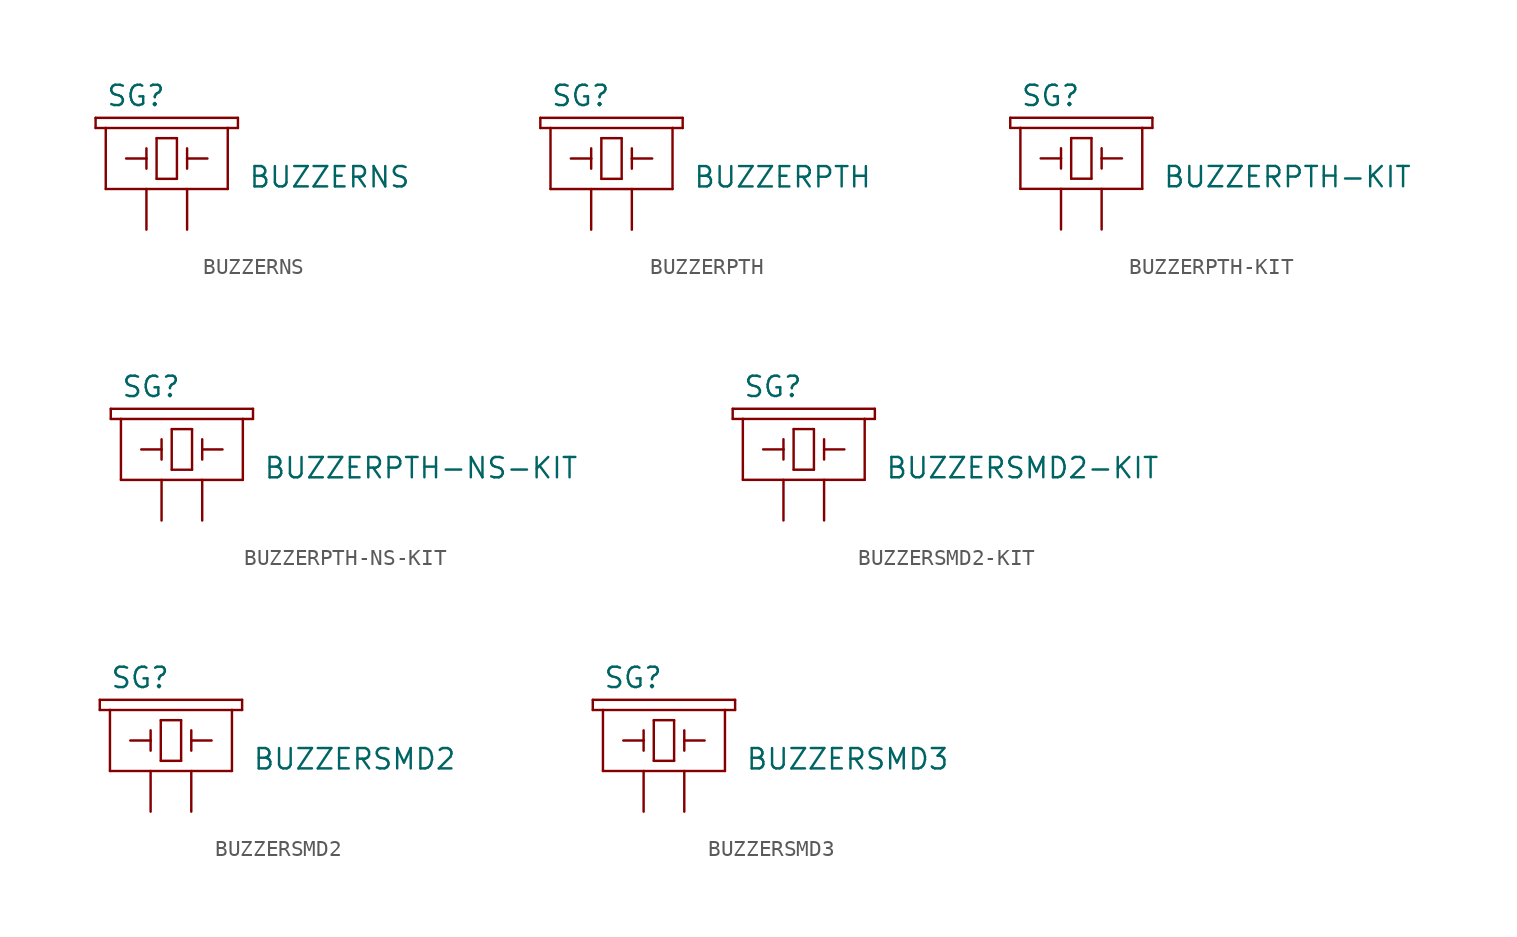
<source format=kicad_sym>
(kicad_symbol_lib
  (version 20211014)
  (generator kicad_symbol_editor)
  (symbol "BUZZERNS"
    (pin_numbers hide)
    (pin_names
      (offset 1.016) hide)
    (property "Reference" "SG"
      (at -2.54 5.08 0)
      (effects (font (size 1.27 1.27)) (justify left bottom)))
    (property "Value" "BUZZERNS"
      (at 6.35 0 0)
      (effects (font (size 1.27 1.27)) (justify left bottom)))
    (property "ki_locked" ""
      (at 0 0 0)
      (effects (font (size 1.27 1.27))))
    (symbol "BUZZERNS_1_0"
      (polyline (pts (xy -3.175 3.81) (xy -2.54 3.81)) (stroke (width 0) (type default) (color 0 0 0 0)) (fill (type none)))
      (polyline (pts (xy -3.175 4.445) (xy -3.175 3.81)) (stroke (width 0) (type default) (color 0 0 0 0)) (fill (type none)))
      (polyline (pts (xy -2.54 0) (xy 5.08 0)) (stroke (width 0) (type default) (color 0 0 0 0)) (fill (type none)))
      (polyline (pts (xy -2.54 3.81) (xy -2.54 0)) (stroke (width 0) (type default) (color 0 0 0 0)) (fill (type none)))
      (polyline (pts (xy -2.54 3.81) (xy 5.08 3.81)) (stroke (width 0) (type default) (color 0 0 0 0)) (fill (type none)))
      (polyline (pts (xy -1.27 1.905) (xy 0 1.905)) (stroke (width 0) (type default) (color 0 0 0 0)) (fill (type none)))
      (polyline (pts (xy 0 1.905) (xy 0 1.27)) (stroke (width 0) (type default) (color 0 0 0 0)) (fill (type none)))
      (polyline (pts (xy 0 1.905) (xy 0 2.54)) (stroke (width 0) (type default) (color 0 0 0 0)) (fill (type none)))
      (polyline (pts (xy 0.635 0.635) (xy 1.905 0.635)) (stroke (width 0) (type default) (color 0 0 0 0)) (fill (type none)))
      (polyline (pts (xy 0.635 3.175) (xy 0.635 0.635)) (stroke (width 0) (type default) (color 0 0 0 0)) (fill (type none)))
      (polyline (pts (xy 1.905 0.635) (xy 1.905 3.175)) (stroke (width 0) (type default) (color 0 0 0 0)) (fill (type none)))
      (polyline (pts (xy 1.905 3.175) (xy 0.635 3.175)) (stroke (width 0) (type default) (color 0 0 0 0)) (fill (type none)))
      (polyline (pts (xy 2.54 1.905) (xy 2.54 1.27)) (stroke (width 0) (type default) (color 0 0 0 0)) (fill (type none)))
      (polyline (pts (xy 2.54 1.905) (xy 3.81 1.905)) (stroke (width 0) (type default) (color 0 0 0 0)) (fill (type none)))
      (polyline (pts (xy 2.54 2.54) (xy 2.54 1.905)) (stroke (width 0) (type default) (color 0 0 0 0)) (fill (type none)))
      (polyline (pts (xy 5.08 0) (xy 5.08 3.81)) (stroke (width 0) (type default) (color 0 0 0 0)) (fill (type none)))
      (polyline (pts (xy 5.08 3.81) (xy 5.715 3.81)) (stroke (width 0) (type default) (color 0 0 0 0)) (fill (type none)))
      (polyline (pts (xy 5.715 3.81) (xy 5.715 4.445)) (stroke (width 0) (type default) (color 0 0 0 0)) (fill (type none)))
      (polyline (pts (xy 5.715 4.445) (xy -3.175 4.445)) (stroke (width 0) (type default) (color 0 0 0 0)) (fill (type none))))
    (symbol "BUZZERNS_1_1"
      (pin passive line (at 0 -2.54 90) (length 2.54) (name "1" (effects (font (size 1.016 1.016)))) (number "+" (effects (font (size 1.016 1.016)))))
      (pin passive line (at 2.54 -2.54 90) (length 2.54) (name "2" (effects (font (size 1.016 1.016)))) (number "-" (effects (font (size 1.016 1.016)))))))
  (symbol "BUZZERPTH"
    (pin_numbers hide)
    (pin_names
      (offset 1.016) hide)
    (property "Reference" "SG"
      (at -2.54 5.08 0)
      (effects (font (size 1.27 1.27)) (justify left bottom)))
    (property "Value" "BUZZERPTH"
      (at 6.35 0 0)
      (effects (font (size 1.27 1.27)) (justify left bottom)))
    (property "ki_locked" ""
      (at 0 0 0)
      (effects (font (size 1.27 1.27))))
    (symbol "BUZZERPTH_1_0"
      (polyline (pts (xy -3.175 3.81) (xy -2.54 3.81)) (stroke (width 0) (type default) (color 0 0 0 0)) (fill (type none)))
      (polyline (pts (xy -3.175 4.445) (xy -3.175 3.81)) (stroke (width 0) (type default) (color 0 0 0 0)) (fill (type none)))
      (polyline (pts (xy -2.54 0) (xy 5.08 0)) (stroke (width 0) (type default) (color 0 0 0 0)) (fill (type none)))
      (polyline (pts (xy -2.54 3.81) (xy -2.54 0)) (stroke (width 0) (type default) (color 0 0 0 0)) (fill (type none)))
      (polyline (pts (xy -2.54 3.81) (xy 5.08 3.81)) (stroke (width 0) (type default) (color 0 0 0 0)) (fill (type none)))
      (polyline (pts (xy -1.27 1.905) (xy 0 1.905)) (stroke (width 0) (type default) (color 0 0 0 0)) (fill (type none)))
      (polyline (pts (xy 0 1.905) (xy 0 1.27)) (stroke (width 0) (type default) (color 0 0 0 0)) (fill (type none)))
      (polyline (pts (xy 0 1.905) (xy 0 2.54)) (stroke (width 0) (type default) (color 0 0 0 0)) (fill (type none)))
      (polyline (pts (xy 0.635 0.635) (xy 1.905 0.635)) (stroke (width 0) (type default) (color 0 0 0 0)) (fill (type none)))
      (polyline (pts (xy 0.635 3.175) (xy 0.635 0.635)) (stroke (width 0) (type default) (color 0 0 0 0)) (fill (type none)))
      (polyline (pts (xy 1.905 0.635) (xy 1.905 3.175)) (stroke (width 0) (type default) (color 0 0 0 0)) (fill (type none)))
      (polyline (pts (xy 1.905 3.175) (xy 0.635 3.175)) (stroke (width 0) (type default) (color 0 0 0 0)) (fill (type none)))
      (polyline (pts (xy 2.54 1.905) (xy 2.54 1.27)) (stroke (width 0) (type default) (color 0 0 0 0)) (fill (type none)))
      (polyline (pts (xy 2.54 1.905) (xy 3.81 1.905)) (stroke (width 0) (type default) (color 0 0 0 0)) (fill (type none)))
      (polyline (pts (xy 2.54 2.54) (xy 2.54 1.905)) (stroke (width 0) (type default) (color 0 0 0 0)) (fill (type none)))
      (polyline (pts (xy 5.08 0) (xy 5.08 3.81)) (stroke (width 0) (type default) (color 0 0 0 0)) (fill (type none)))
      (polyline (pts (xy 5.08 3.81) (xy 5.715 3.81)) (stroke (width 0) (type default) (color 0 0 0 0)) (fill (type none)))
      (polyline (pts (xy 5.715 3.81) (xy 5.715 4.445)) (stroke (width 0) (type default) (color 0 0 0 0)) (fill (type none)))
      (polyline (pts (xy 5.715 4.445) (xy -3.175 4.445)) (stroke (width 0) (type default) (color 0 0 0 0)) (fill (type none))))
    (symbol "BUZZERPTH_1_1"
      (pin passive line (at 0 -2.54 90) (length 2.54) (name "1" (effects (font (size 1.016 1.016)))) (number "+" (effects (font (size 1.016 1.016)))))
      (pin passive line (at 2.54 -2.54 90) (length 2.54) (name "2" (effects (font (size 1.016 1.016)))) (number "-" (effects (font (size 1.016 1.016)))))))
  (symbol "BUZZERPTH-KIT"
    (pin_numbers hide)
    (pin_names
      (offset 1.016) hide)
    (property "Reference" "SG"
      (at -2.54 5.08 0)
      (effects (font (size 1.27 1.27)) (justify left bottom)))
    (property "Value" "BUZZERPTH-KIT"
      (at 6.35 0 0)
      (effects (font (size 1.27 1.27)) (justify left bottom)))
    (property "ki_locked" ""
      (at 0 0 0)
      (effects (font (size 1.27 1.27))))
    (symbol "BUZZERPTH-KIT_1_0"
      (polyline (pts (xy -3.175 3.81) (xy -2.54 3.81)) (stroke (width 0) (type default) (color 0 0 0 0)) (fill (type none)))
      (polyline (pts (xy -3.175 4.445) (xy -3.175 3.81)) (stroke (width 0) (type default) (color 0 0 0 0)) (fill (type none)))
      (polyline (pts (xy -2.54 0) (xy 5.08 0)) (stroke (width 0) (type default) (color 0 0 0 0)) (fill (type none)))
      (polyline (pts (xy -2.54 3.81) (xy -2.54 0)) (stroke (width 0) (type default) (color 0 0 0 0)) (fill (type none)))
      (polyline (pts (xy -2.54 3.81) (xy 5.08 3.81)) (stroke (width 0) (type default) (color 0 0 0 0)) (fill (type none)))
      (polyline (pts (xy -1.27 1.905) (xy 0 1.905)) (stroke (width 0) (type default) (color 0 0 0 0)) (fill (type none)))
      (polyline (pts (xy 0 1.905) (xy 0 1.27)) (stroke (width 0) (type default) (color 0 0 0 0)) (fill (type none)))
      (polyline (pts (xy 0 1.905) (xy 0 2.54)) (stroke (width 0) (type default) (color 0 0 0 0)) (fill (type none)))
      (polyline (pts (xy 0.635 0.635) (xy 1.905 0.635)) (stroke (width 0) (type default) (color 0 0 0 0)) (fill (type none)))
      (polyline (pts (xy 0.635 3.175) (xy 0.635 0.635)) (stroke (width 0) (type default) (color 0 0 0 0)) (fill (type none)))
      (polyline (pts (xy 1.905 0.635) (xy 1.905 3.175)) (stroke (width 0) (type default) (color 0 0 0 0)) (fill (type none)))
      (polyline (pts (xy 1.905 3.175) (xy 0.635 3.175)) (stroke (width 0) (type default) (color 0 0 0 0)) (fill (type none)))
      (polyline (pts (xy 2.54 1.905) (xy 2.54 1.27)) (stroke (width 0) (type default) (color 0 0 0 0)) (fill (type none)))
      (polyline (pts (xy 2.54 1.905) (xy 3.81 1.905)) (stroke (width 0) (type default) (color 0 0 0 0)) (fill (type none)))
      (polyline (pts (xy 2.54 2.54) (xy 2.54 1.905)) (stroke (width 0) (type default) (color 0 0 0 0)) (fill (type none)))
      (polyline (pts (xy 5.08 0) (xy 5.08 3.81)) (stroke (width 0) (type default) (color 0 0 0 0)) (fill (type none)))
      (polyline (pts (xy 5.08 3.81) (xy 5.715 3.81)) (stroke (width 0) (type default) (color 0 0 0 0)) (fill (type none)))
      (polyline (pts (xy 5.715 3.81) (xy 5.715 4.445)) (stroke (width 0) (type default) (color 0 0 0 0)) (fill (type none)))
      (polyline (pts (xy 5.715 4.445) (xy -3.175 4.445)) (stroke (width 0) (type default) (color 0 0 0 0)) (fill (type none))))
    (symbol "BUZZERPTH-KIT_1_1"
      (pin passive line (at 0 -2.54 90) (length 2.54) (name "1" (effects (font (size 1.016 1.016)))) (number "+" (effects (font (size 1.016 1.016)))))
      (pin passive line (at 2.54 -2.54 90) (length 2.54) (name "2" (effects (font (size 1.016 1.016)))) (number "-" (effects (font (size 1.016 1.016)))))))
  (symbol "BUZZERPTH-NS-KIT"
    (pin_numbers hide)
    (pin_names
      (offset 1.016) hide)
    (property "Reference" "SG"
      (at -2.54 5.08 0)
      (effects (font (size 1.27 1.27)) (justify left bottom)))
    (property "Value" "BUZZERPTH-NS-KIT"
      (at 6.35 0 0)
      (effects (font (size 1.27 1.27)) (justify left bottom)))
    (property "ki_locked" ""
      (at 0 0 0)
      (effects (font (size 1.27 1.27))))
    (symbol "BUZZERPTH-NS-KIT_1_0"
      (polyline (pts (xy -3.175 3.81) (xy -2.54 3.81)) (stroke (width 0) (type default) (color 0 0 0 0)) (fill (type none)))
      (polyline (pts (xy -3.175 4.445) (xy -3.175 3.81)) (stroke (width 0) (type default) (color 0 0 0 0)) (fill (type none)))
      (polyline (pts (xy -2.54 0) (xy 5.08 0)) (stroke (width 0) (type default) (color 0 0 0 0)) (fill (type none)))
      (polyline (pts (xy -2.54 3.81) (xy -2.54 0)) (stroke (width 0) (type default) (color 0 0 0 0)) (fill (type none)))
      (polyline (pts (xy -2.54 3.81) (xy 5.08 3.81)) (stroke (width 0) (type default) (color 0 0 0 0)) (fill (type none)))
      (polyline (pts (xy -1.27 1.905) (xy 0 1.905)) (stroke (width 0) (type default) (color 0 0 0 0)) (fill (type none)))
      (polyline (pts (xy 0 1.905) (xy 0 1.27)) (stroke (width 0) (type default) (color 0 0 0 0)) (fill (type none)))
      (polyline (pts (xy 0 1.905) (xy 0 2.54)) (stroke (width 0) (type default) (color 0 0 0 0)) (fill (type none)))
      (polyline (pts (xy 0.635 0.635) (xy 1.905 0.635)) (stroke (width 0) (type default) (color 0 0 0 0)) (fill (type none)))
      (polyline (pts (xy 0.635 3.175) (xy 0.635 0.635)) (stroke (width 0) (type default) (color 0 0 0 0)) (fill (type none)))
      (polyline (pts (xy 1.905 0.635) (xy 1.905 3.175)) (stroke (width 0) (type default) (color 0 0 0 0)) (fill (type none)))
      (polyline (pts (xy 1.905 3.175) (xy 0.635 3.175)) (stroke (width 0) (type default) (color 0 0 0 0)) (fill (type none)))
      (polyline (pts (xy 2.54 1.905) (xy 2.54 1.27)) (stroke (width 0) (type default) (color 0 0 0 0)) (fill (type none)))
      (polyline (pts (xy 2.54 1.905) (xy 3.81 1.905)) (stroke (width 0) (type default) (color 0 0 0 0)) (fill (type none)))
      (polyline (pts (xy 2.54 2.54) (xy 2.54 1.905)) (stroke (width 0) (type default) (color 0 0 0 0)) (fill (type none)))
      (polyline (pts (xy 5.08 0) (xy 5.08 3.81)) (stroke (width 0) (type default) (color 0 0 0 0)) (fill (type none)))
      (polyline (pts (xy 5.08 3.81) (xy 5.715 3.81)) (stroke (width 0) (type default) (color 0 0 0 0)) (fill (type none)))
      (polyline (pts (xy 5.715 3.81) (xy 5.715 4.445)) (stroke (width 0) (type default) (color 0 0 0 0)) (fill (type none)))
      (polyline (pts (xy 5.715 4.445) (xy -3.175 4.445)) (stroke (width 0) (type default) (color 0 0 0 0)) (fill (type none))))
    (symbol "BUZZERPTH-NS-KIT_1_1"
      (pin passive line (at 0 -2.54 90) (length 2.54) (name "1" (effects (font (size 1.016 1.016)))) (number "+" (effects (font (size 1.016 1.016)))))
      (pin passive line (at 2.54 -2.54 90) (length 2.54) (name "2" (effects (font (size 1.016 1.016)))) (number "-" (effects (font (size 1.016 1.016)))))))
  (symbol "BUZZERSMD2-KIT"
    (pin_numbers hide)
    (pin_names
      (offset 1.016) hide)
    (property "Reference" "SG"
      (at -2.54 5.08 0)
      (effects (font (size 1.27 1.27)) (justify left bottom)))
    (property "Value" "BUZZERSMD2-KIT"
      (at 6.35 0 0)
      (effects (font (size 1.27 1.27)) (justify left bottom)))
    (property "ki_locked" ""
      (at 0 0 0)
      (effects (font (size 1.27 1.27))))
    (symbol "BUZZERSMD2-KIT_1_0"
      (polyline (pts (xy -3.175 3.81) (xy -2.54 3.81)) (stroke (width 0) (type default) (color 0 0 0 0)) (fill (type none)))
      (polyline (pts (xy -3.175 4.445) (xy -3.175 3.81)) (stroke (width 0) (type default) (color 0 0 0 0)) (fill (type none)))
      (polyline (pts (xy -2.54 0) (xy 5.08 0)) (stroke (width 0) (type default) (color 0 0 0 0)) (fill (type none)))
      (polyline (pts (xy -2.54 3.81) (xy -2.54 0)) (stroke (width 0) (type default) (color 0 0 0 0)) (fill (type none)))
      (polyline (pts (xy -2.54 3.81) (xy 5.08 3.81)) (stroke (width 0) (type default) (color 0 0 0 0)) (fill (type none)))
      (polyline (pts (xy -1.27 1.905) (xy 0 1.905)) (stroke (width 0) (type default) (color 0 0 0 0)) (fill (type none)))
      (polyline (pts (xy 0 1.905) (xy 0 1.27)) (stroke (width 0) (type default) (color 0 0 0 0)) (fill (type none)))
      (polyline (pts (xy 0 1.905) (xy 0 2.54)) (stroke (width 0) (type default) (color 0 0 0 0)) (fill (type none)))
      (polyline (pts (xy 0.635 0.635) (xy 1.905 0.635)) (stroke (width 0) (type default) (color 0 0 0 0)) (fill (type none)))
      (polyline (pts (xy 0.635 3.175) (xy 0.635 0.635)) (stroke (width 0) (type default) (color 0 0 0 0)) (fill (type none)))
      (polyline (pts (xy 1.905 0.635) (xy 1.905 3.175)) (stroke (width 0) (type default) (color 0 0 0 0)) (fill (type none)))
      (polyline (pts (xy 1.905 3.175) (xy 0.635 3.175)) (stroke (width 0) (type default) (color 0 0 0 0)) (fill (type none)))
      (polyline (pts (xy 2.54 1.905) (xy 2.54 1.27)) (stroke (width 0) (type default) (color 0 0 0 0)) (fill (type none)))
      (polyline (pts (xy 2.54 1.905) (xy 3.81 1.905)) (stroke (width 0) (type default) (color 0 0 0 0)) (fill (type none)))
      (polyline (pts (xy 2.54 2.54) (xy 2.54 1.905)) (stroke (width 0) (type default) (color 0 0 0 0)) (fill (type none)))
      (polyline (pts (xy 5.08 0) (xy 5.08 3.81)) (stroke (width 0) (type default) (color 0 0 0 0)) (fill (type none)))
      (polyline (pts (xy 5.08 3.81) (xy 5.715 3.81)) (stroke (width 0) (type default) (color 0 0 0 0)) (fill (type none)))
      (polyline (pts (xy 5.715 3.81) (xy 5.715 4.445)) (stroke (width 0) (type default) (color 0 0 0 0)) (fill (type none)))
      (polyline (pts (xy 5.715 4.445) (xy -3.175 4.445)) (stroke (width 0) (type default) (color 0 0 0 0)) (fill (type none))))
    (symbol "BUZZERSMD2-KIT_1_1"
      (pin passive line (at 0 -2.54 90) (length 2.54) (name "1" (effects (font (size 1.016 1.016)))) (number "+" (effects (font (size 1.016 1.016)))))
      (pin passive line (at 2.54 -2.54 90) (length 2.54) (name "2" (effects (font (size 1.016 1.016)))) (number "-" (effects (font (size 1.016 1.016)))))))
  (symbol "BUZZERSMD2"
    (pin_numbers hide)
    (pin_names
      (offset 1.016) hide)
    (property "Reference" "SG"
      (at -2.54 5.08 0)
      (effects (font (size 1.27 1.27)) (justify left bottom)))
    (property "Value" "BUZZERSMD2"
      (at 6.35 0 0)
      (effects (font (size 1.27 1.27)) (justify left bottom)))
    (property "ki_locked" ""
      (at 0 0 0)
      (effects (font (size 1.27 1.27))))
    (symbol "BUZZERSMD2_1_0"
      (polyline (pts (xy -3.175 3.81) (xy -2.54 3.81)) (stroke (width 0) (type default) (color 0 0 0 0)) (fill (type none)))
      (polyline (pts (xy -3.175 4.445) (xy -3.175 3.81)) (stroke (width 0) (type default) (color 0 0 0 0)) (fill (type none)))
      (polyline (pts (xy -2.54 0) (xy 5.08 0)) (stroke (width 0) (type default) (color 0 0 0 0)) (fill (type none)))
      (polyline (pts (xy -2.54 3.81) (xy -2.54 0)) (stroke (width 0) (type default) (color 0 0 0 0)) (fill (type none)))
      (polyline (pts (xy -2.54 3.81) (xy 5.08 3.81)) (stroke (width 0) (type default) (color 0 0 0 0)) (fill (type none)))
      (polyline (pts (xy -1.27 1.905) (xy 0 1.905)) (stroke (width 0) (type default) (color 0 0 0 0)) (fill (type none)))
      (polyline (pts (xy 0 1.905) (xy 0 1.27)) (stroke (width 0) (type default) (color 0 0 0 0)) (fill (type none)))
      (polyline (pts (xy 0 1.905) (xy 0 2.54)) (stroke (width 0) (type default) (color 0 0 0 0)) (fill (type none)))
      (polyline (pts (xy 0.635 0.635) (xy 1.905 0.635)) (stroke (width 0) (type default) (color 0 0 0 0)) (fill (type none)))
      (polyline (pts (xy 0.635 3.175) (xy 0.635 0.635)) (stroke (width 0) (type default) (color 0 0 0 0)) (fill (type none)))
      (polyline (pts (xy 1.905 0.635) (xy 1.905 3.175)) (stroke (width 0) (type default) (color 0 0 0 0)) (fill (type none)))
      (polyline (pts (xy 1.905 3.175) (xy 0.635 3.175)) (stroke (width 0) (type default) (color 0 0 0 0)) (fill (type none)))
      (polyline (pts (xy 2.54 1.905) (xy 2.54 1.27)) (stroke (width 0) (type default) (color 0 0 0 0)) (fill (type none)))
      (polyline (pts (xy 2.54 1.905) (xy 3.81 1.905)) (stroke (width 0) (type default) (color 0 0 0 0)) (fill (type none)))
      (polyline (pts (xy 2.54 2.54) (xy 2.54 1.905)) (stroke (width 0) (type default) (color 0 0 0 0)) (fill (type none)))
      (polyline (pts (xy 5.08 0) (xy 5.08 3.81)) (stroke (width 0) (type default) (color 0 0 0 0)) (fill (type none)))
      (polyline (pts (xy 5.08 3.81) (xy 5.715 3.81)) (stroke (width 0) (type default) (color 0 0 0 0)) (fill (type none)))
      (polyline (pts (xy 5.715 3.81) (xy 5.715 4.445)) (stroke (width 0) (type default) (color 0 0 0 0)) (fill (type none)))
      (polyline (pts (xy 5.715 4.445) (xy -3.175 4.445)) (stroke (width 0) (type default) (color 0 0 0 0)) (fill (type none))))
    (symbol "BUZZERSMD2_1_1"
      (pin passive line (at 0 -2.54 90) (length 2.54) (name "1" (effects (font (size 1.016 1.016)))) (number "+" (effects (font (size 1.016 1.016)))))
      (pin passive line (at 2.54 -2.54 90) (length 2.54) (name "2" (effects (font (size 1.016 1.016)))) (number "-" (effects (font (size 1.016 1.016)))))))
  (symbol "BUZZERSMD3"
    (pin_numbers hide)
    (pin_names
      (offset 1.016) hide)
    (property "Reference" "SG"
      (at -2.54 5.08 0)
      (effects (font (size 1.27 1.27)) (justify left bottom)))
    (property "Value" "BUZZERSMD3"
      (at 6.35 0 0)
      (effects (font (size 1.27 1.27)) (justify left bottom)))
    (property "ki_locked" ""
      (at 0 0 0)
      (effects (font (size 1.27 1.27))))
    (symbol "BUZZERSMD3_1_0"
      (polyline (pts (xy -3.175 3.81) (xy -2.54 3.81)) (stroke (width 0) (type default) (color 0 0 0 0)) (fill (type none)))
      (polyline (pts (xy -3.175 4.445) (xy -3.175 3.81)) (stroke (width 0) (type default) (color 0 0 0 0)) (fill (type none)))
      (polyline (pts (xy -2.54 0) (xy 5.08 0)) (stroke (width 0) (type default) (color 0 0 0 0)) (fill (type none)))
      (polyline (pts (xy -2.54 3.81) (xy -2.54 0)) (stroke (width 0) (type default) (color 0 0 0 0)) (fill (type none)))
      (polyline (pts (xy -2.54 3.81) (xy 5.08 3.81)) (stroke (width 0) (type default) (color 0 0 0 0)) (fill (type none)))
      (polyline (pts (xy -1.27 1.905) (xy 0 1.905)) (stroke (width 0) (type default) (color 0 0 0 0)) (fill (type none)))
      (polyline (pts (xy 0 1.905) (xy 0 1.27)) (stroke (width 0) (type default) (color 0 0 0 0)) (fill (type none)))
      (polyline (pts (xy 0 1.905) (xy 0 2.54)) (stroke (width 0) (type default) (color 0 0 0 0)) (fill (type none)))
      (polyline (pts (xy 0.635 0.635) (xy 1.905 0.635)) (stroke (width 0) (type default) (color 0 0 0 0)) (fill (type none)))
      (polyline (pts (xy 0.635 3.175) (xy 0.635 0.635)) (stroke (width 0) (type default) (color 0 0 0 0)) (fill (type none)))
      (polyline (pts (xy 1.905 0.635) (xy 1.905 3.175)) (stroke (width 0) (type default) (color 0 0 0 0)) (fill (type none)))
      (polyline (pts (xy 1.905 3.175) (xy 0.635 3.175)) (stroke (width 0) (type default) (color 0 0 0 0)) (fill (type none)))
      (polyline (pts (xy 2.54 1.905) (xy 2.54 1.27)) (stroke (width 0) (type default) (color 0 0 0 0)) (fill (type none)))
      (polyline (pts (xy 2.54 1.905) (xy 3.81 1.905)) (stroke (width 0) (type default) (color 0 0 0 0)) (fill (type none)))
      (polyline (pts (xy 2.54 2.54) (xy 2.54 1.905)) (stroke (width 0) (type default) (color 0 0 0 0)) (fill (type none)))
      (polyline (pts (xy 5.08 0) (xy 5.08 3.81)) (stroke (width 0) (type default) (color 0 0 0 0)) (fill (type none)))
      (polyline (pts (xy 5.08 3.81) (xy 5.715 3.81)) (stroke (width 0) (type default) (color 0 0 0 0)) (fill (type none)))
      (polyline (pts (xy 5.715 3.81) (xy 5.715 4.445)) (stroke (width 0) (type default) (color 0 0 0 0)) (fill (type none)))
      (polyline (pts (xy 5.715 4.445) (xy -3.175 4.445)) (stroke (width 0) (type default) (color 0 0 0 0)) (fill (type none))))
    (symbol "BUZZERSMD3_1_1"
      (pin passive line (at 0 -2.54 90) (length 2.54) (name "1" (effects (font (size 1.016 1.016)))) (number "1" (effects (font (size 1.016 1.016)))))
      (pin passive line (at 2.54 -2.54 90) (length 2.54) (name "2" (effects (font (size 1.016 1.016)))) (number "2" (effects (font (size 1.016 1.016))))))))
</source>
